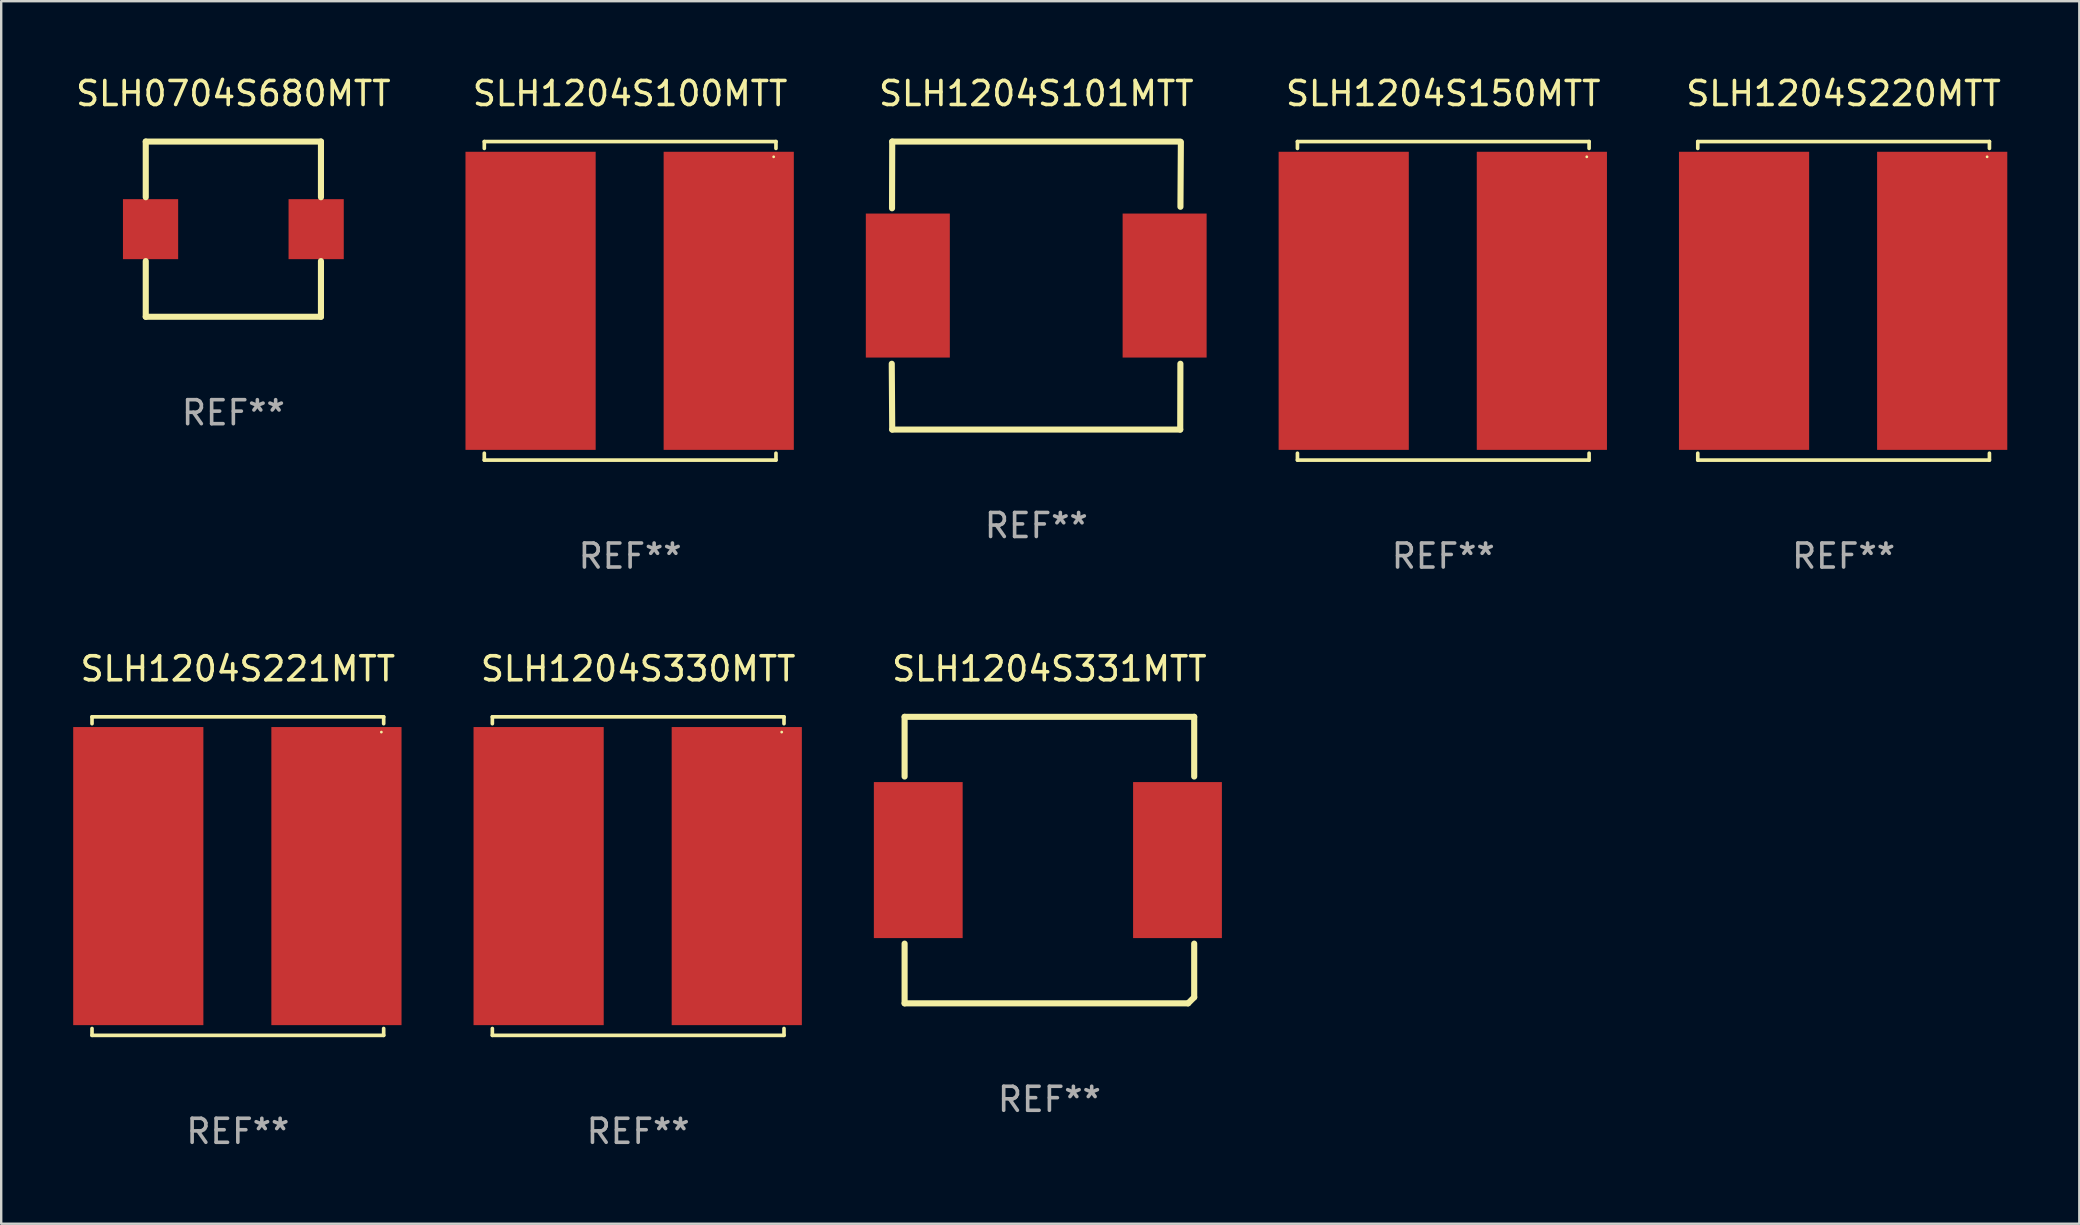
<source format=kicad_pcb>
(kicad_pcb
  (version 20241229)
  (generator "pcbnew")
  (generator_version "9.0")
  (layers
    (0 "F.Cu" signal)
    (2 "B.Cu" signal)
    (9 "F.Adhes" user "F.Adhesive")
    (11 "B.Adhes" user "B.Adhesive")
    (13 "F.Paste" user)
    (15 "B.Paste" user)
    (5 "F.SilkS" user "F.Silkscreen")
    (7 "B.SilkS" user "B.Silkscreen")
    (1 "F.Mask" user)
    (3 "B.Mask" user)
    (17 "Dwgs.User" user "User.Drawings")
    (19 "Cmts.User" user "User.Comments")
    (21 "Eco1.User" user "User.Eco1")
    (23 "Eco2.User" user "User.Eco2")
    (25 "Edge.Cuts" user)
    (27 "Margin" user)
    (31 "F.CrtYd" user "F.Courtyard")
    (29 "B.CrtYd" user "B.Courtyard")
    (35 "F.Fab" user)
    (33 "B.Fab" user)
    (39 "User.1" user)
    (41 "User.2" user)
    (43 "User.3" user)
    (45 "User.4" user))
  (footprint "SLH1204S330MTT"
    (layer "F.Cu")
    (at 23.54 33.453)
    (property "Reference" "SLH1204S330MTT" (at 0 -8.636 0) (layer "F.SilkS") (effects (font (size 1 1) (thickness 0.15))))
    (attr through_hole)
    (fp_line (start -6.076 -6.636) (end -6.076 -6.35) (stroke (width 0.152) (type solid)) (layer "F.SilkS"))
    (fp_line (start -6.076 6.636) (end -6.076 6.35) (stroke (width 0.152) (type solid)) (layer "F.SilkS"))
    (fp_line (start 6.076 -6.636) (end -6.076 -6.636) (stroke (width 0.152) (type solid)) (layer "F.SilkS"))
    (fp_line (start 6.076 -6.35) (end 6.076 -6.636) (stroke (width 0.152) (type solid)) (layer "F.SilkS"))
    (fp_line (start 6.076 6.35) (end 6.076 6.636) (stroke (width 0.152) (type solid)) (layer "F.SilkS"))
    (fp_line (start 6.076 6.636) (end -6.076 6.636) (stroke (width 0.152) (type solid)) (layer "F.SilkS"))
    (fp_circle (center 5.98 -6) (end 6.01 -6) (stroke (width 0.06) (type solid)) (fill no) (layer "F.SilkS"))
    (fp_text user "REF**" (at 0 10.636 0) (layer "F.Fab") (effects (font (size 1 1) (thickness 0.15))))
    (pad "1" smd rect (at 4.108 0) (size 5.424 12.42) (layers "F.Cu" "F.Mask" "F.Paste"))
    (pad "2" smd rect (at -4.148 0) (size 5.424 12.42) (layers "F.Cu" "F.Mask" "F.Paste")))
  (footprint "SLH1204S100MTT"
    (layer "F.Cu")
    (at 23.205 9.484)
    (property "Reference" "SLH1204S100MTT" (at 0 -8.636 0) (layer "F.SilkS") (effects (font (size 1 1) (thickness 0.15))))
    (attr through_hole)
    (fp_line (start -6.076 -6.636) (end -6.076 -6.35) (stroke (width 0.152) (type solid)) (layer "F.SilkS"))
    (fp_line (start -6.076 6.636) (end -6.076 6.35) (stroke (width 0.152) (type solid)) (layer "F.SilkS"))
    (fp_line (start 6.076 -6.636) (end -6.076 -6.636) (stroke (width 0.152) (type solid)) (layer "F.SilkS"))
    (fp_line (start 6.076 -6.35) (end 6.076 -6.636) (stroke (width 0.152) (type solid)) (layer "F.SilkS"))
    (fp_line (start 6.076 6.35) (end 6.076 6.636) (stroke (width 0.152) (type solid)) (layer "F.SilkS"))
    (fp_line (start 6.076 6.636) (end -6.076 6.636) (stroke (width 0.152) (type solid)) (layer "F.SilkS"))
    (fp_circle (center 5.98 -6) (end 6.01 -6) (stroke (width 0.06) (type solid)) (fill no) (layer "F.SilkS"))
    (fp_text user "REF**" (at 0 10.636 0) (layer "F.Fab") (effects (font (size 1 1) (thickness 0.15))))
    (pad "1" smd rect (at 4.108 0) (size 5.424 12.42) (layers "F.Cu" "F.Mask" "F.Paste"))
    (pad "2" smd rect (at -4.148 0) (size 5.424 12.42) (layers "F.Cu" "F.Mask" "F.Paste")))
  (footprint "SLH1204S150MTT"
    (layer "F.Cu")
    (at 57.085 9.484)
    (property "Reference" "SLH1204S150MTT" (at 0 -8.636 0) (layer "F.SilkS") (effects (font (size 1 1) (thickness 0.15))))
    (attr through_hole)
    (fp_line (start -6.076 -6.636) (end -6.076 -6.35) (stroke (width 0.152) (type solid)) (layer "F.SilkS"))
    (fp_line (start -6.076 6.636) (end -6.076 6.35) (stroke (width 0.152) (type solid)) (layer "F.SilkS"))
    (fp_line (start 6.076 -6.636) (end -6.076 -6.636) (stroke (width 0.152) (type solid)) (layer "F.SilkS"))
    (fp_line (start 6.076 -6.35) (end 6.076 -6.636) (stroke (width 0.152) (type solid)) (layer "F.SilkS"))
    (fp_line (start 6.076 6.35) (end 6.076 6.636) (stroke (width 0.152) (type solid)) (layer "F.SilkS"))
    (fp_line (start 6.076 6.636) (end -6.076 6.636) (stroke (width 0.152) (type solid)) (layer "F.SilkS"))
    (fp_circle (center 5.98 -6) (end 6.01 -6) (stroke (width 0.06) (type solid)) (fill no) (layer "F.SilkS"))
    (fp_text user "REF**" (at 0 10.636 0) (layer "F.Fab") (effects (font (size 1 1) (thickness 0.15))))
    (pad "1" smd rect (at 4.108 0) (size 5.424 12.42) (layers "F.Cu" "F.Mask" "F.Paste"))
    (pad "2" smd rect (at -4.148 0) (size 5.424 12.42) (layers "F.Cu" "F.Mask" "F.Paste")))
  (footprint "SLH1204S221MTT"
    (layer "F.Cu")
    (at 6.86 33.453)
    (property "Reference" "SLH1204S221MTT" (at 0 -8.636 0) (layer "F.SilkS") (effects (font (size 1 1) (thickness 0.15))))
    (attr through_hole)
    (fp_line (start -6.076 -6.636) (end -6.076 -6.35) (stroke (width 0.152) (type solid)) (layer "F.SilkS"))
    (fp_line (start -6.076 6.636) (end -6.076 6.35) (stroke (width 0.152) (type solid)) (layer "F.SilkS"))
    (fp_line (start 6.076 -6.636) (end -6.076 -6.636) (stroke (width 0.152) (type solid)) (layer "F.SilkS"))
    (fp_line (start 6.076 -6.35) (end 6.076 -6.636) (stroke (width 0.152) (type solid)) (layer "F.SilkS"))
    (fp_line (start 6.076 6.35) (end 6.076 6.636) (stroke (width 0.152) (type solid)) (layer "F.SilkS"))
    (fp_line (start 6.076 6.636) (end -6.076 6.636) (stroke (width 0.152) (type solid)) (layer "F.SilkS"))
    (fp_circle (center 5.98 -6) (end 6.01 -6) (stroke (width 0.06) (type solid)) (fill no) (layer "F.SilkS"))
    (fp_text user "REF**" (at 0 10.636 0) (layer "F.Fab") (effects (font (size 1 1) (thickness 0.15))))
    (pad "1" smd rect (at 4.108 0) (size 5.424 12.42) (layers "F.Cu" "F.Mask" "F.Paste"))
    (pad "2" smd rect (at -4.148 0) (size 5.424 12.42) (layers "F.Cu" "F.Mask" "F.Paste")))
  (footprint "SLH0704S680MTT"
    (layer "F.Cu")
    (at 6.673 6.498)
    (property "Reference" "SLH0704S680MTT" (at 0 -5.65 0) (layer "F.SilkS") (effects (font (size 1 1) (thickness 0.15))))
    (attr through_hole)
    (fp_line (start -3.65 -3.65) (end 3.65 -3.65) (stroke (width 0.254) (type solid)) (layer "F.SilkS"))
    (fp_line (start -3.65 -1.331) (end -3.65 -3.65) (stroke (width 0.254) (type solid)) (layer "F.SilkS"))
    (fp_line (start -3.65 3.65) (end -3.65 1.331) (stroke (width 0.254) (type solid)) (layer "F.SilkS"))
    (fp_line (start 3.65 -3.65) (end 3.65 -1.331) (stroke (width 0.254) (type solid)) (layer "F.SilkS"))
    (fp_line (start 3.65 1.331) (end 3.65 3.65) (stroke (width 0.254) (type solid)) (layer "F.SilkS"))
    (fp_line (start 3.65 3.65) (end -3.65 3.65) (stroke (width 0.254) (type solid)) (layer "F.SilkS"))
    (fp_circle (center -3.65 3.65) (end -3.62 3.65) (stroke (width 0.06) (type solid)) (fill no) (layer "F.SilkS"))
    (fp_text user "REF**" (at 0 7.65 0) (layer "F.Fab") (effects (font (size 1 1) (thickness 0.15))))
    (pad "1" smd rect (at -3.45 0) (size 2.3 2.5) (layers "F.Cu" "F.Mask" "F.Paste"))
    (pad "2" smd rect (at 3.45 0) (size 2.3 2.5) (layers "F.Cu" "F.Mask" "F.Paste")))
  (footprint "SLH1204S101MTT"
    (layer "F.Cu")
    (at 40.129 8.848)
    (property "Reference" "SLH1204S101MTT" (at 0 -8 0) (layer "F.SilkS") (effects (font (size 1 1) (thickness 0.15))))
    (attr through_hole)
    (fp_line (start -6.012 -3.22) (end -6.004 -6) (stroke (width 0.254) (type solid)) (layer "F.SilkS"))
    (fp_line (start -6.004 -6) (end 5.996 -6) (stroke (width 0.254) (type solid)) (layer "F.SilkS"))
    (fp_line (start -6.004 6) (end -6.023 3.258) (stroke (width 0.254) (type solid)) (layer "F.SilkS"))
    (fp_line (start -6.004 6) (end 5.996 6) (stroke (width 0.254) (type solid)) (layer "F.SilkS"))
    (fp_line (start 5.996 6) (end 6.003 3.258) (stroke (width 0.254) (type solid)) (layer "F.SilkS"))
    (fp_line (start 6.005 -3.282) (end 6.023 -5.98) (stroke (width 0.254) (type solid)) (layer "F.SilkS"))
    (fp_circle (center -6.004 6) (end -5.974 6) (stroke (width 0.06) (type solid)) (fill no) (layer "F.SilkS"))
    (fp_text user "REF**" (at 0 10 0) (layer "F.Fab") (effects (font (size 1 1) (thickness 0.15))))
    (pad "1" smd rect (at -5.354 0) (size 3.5 6) (layers "F.Cu" "F.Mask" "F.Paste"))
    (pad "2" smd rect (at 5.346 0) (size 3.5 6) (layers "F.Cu" "F.Mask" "F.Paste")))
  (footprint "SLH1204S220MTT"
    (layer "F.Cu")
    (at 73.765 9.484)
    (property "Reference" "SLH1204S220MTT" (at 0 -8.636 0) (layer "F.SilkS") (effects (font (size 1 1) (thickness 0.15))))
    (attr through_hole)
    (fp_line (start -6.076 -6.636) (end -6.076 -6.35) (stroke (width 0.152) (type solid)) (layer "F.SilkS"))
    (fp_line (start -6.076 6.636) (end -6.076 6.35) (stroke (width 0.152) (type solid)) (layer "F.SilkS"))
    (fp_line (start 6.076 -6.636) (end -6.076 -6.636) (stroke (width 0.152) (type solid)) (layer "F.SilkS"))
    (fp_line (start 6.076 -6.35) (end 6.076 -6.636) (stroke (width 0.152) (type solid)) (layer "F.SilkS"))
    (fp_line (start 6.076 6.35) (end 6.076 6.636) (stroke (width 0.152) (type solid)) (layer "F.SilkS"))
    (fp_line (start 6.076 6.636) (end -6.076 6.636) (stroke (width 0.152) (type solid)) (layer "F.SilkS"))
    (fp_circle (center 5.98 -6) (end 6.01 -6) (stroke (width 0.06) (type solid)) (fill no) (layer "F.SilkS"))
    (fp_text user "REF**" (at 0 10.636 0) (layer "F.Fab") (effects (font (size 1 1) (thickness 0.15))))
    (pad "1" smd rect (at 4.108 0) (size 5.424 12.42) (layers "F.Cu" "F.Mask" "F.Paste"))
    (pad "2" smd rect (at -4.148 0) (size 5.424 12.42) (layers "F.Cu" "F.Mask" "F.Paste")))
  (footprint "SLH1204S331MTT"
    (layer "F.Cu")
    (at 40.674 32.786)
    (property "Reference" "SLH1204S331MTT" (at 0 -7.969 0) (layer "F.SilkS") (effects (font (size 1 1) (thickness 0.15))))
    (attr through_hole)
    (fp_line (start -6.033 -5.969) (end 6.033 -5.969) (stroke (width 0.254) (type solid)) (layer "F.SilkS"))
    (fp_line (start -6.033 -3.481) (end -6.033 -5.969) (stroke (width 0.254) (type solid)) (layer "F.SilkS"))
    (fp_line (start -6.033 5.969) (end -6.033 3.481) (stroke (width 0.254) (type solid)) (layer "F.SilkS"))
    (fp_line (start 5.779 5.969) (end -6.033 5.969) (stroke (width 0.254) (type solid)) (layer "F.SilkS"))
    (fp_line (start 6.033 -5.969) (end 6.033 -3.481) (stroke (width 0.254) (type solid)) (layer "F.SilkS"))
    (fp_line (start 6.033 3.481) (end 6.033 5.715) (stroke (width 0.254) (type solid)) (layer "F.SilkS"))
    (fp_line (start 6.033 5.715) (end 5.779 5.969) (stroke (width 0.254) (type solid)) (layer "F.SilkS"))
    (fp_circle (center 5.936 -6) (end 5.966 -6) (stroke (width 0.06) (type solid)) (fill no) (layer "F.SilkS"))
    (fp_text user "REF**" (at 0 9.969 0) (layer "F.Fab") (effects (font (size 1 1) (thickness 0.15))))
    (pad "1" smd rect (at 5.337 0) (size 3.7 6.5) (layers "F.Cu" "F.Mask" "F.Paste"))
    (pad "2" smd rect (at -5.464 0) (size 3.7 6.5) (layers "F.Cu" "F.Mask" "F.Paste")))
  (gr_rect
    (start -3 -3)
    (end 83.586 47.938)
    (stroke (width 0.1) (type default))
    (fill no)
    (layer "Edge.Cuts")))
</source>
